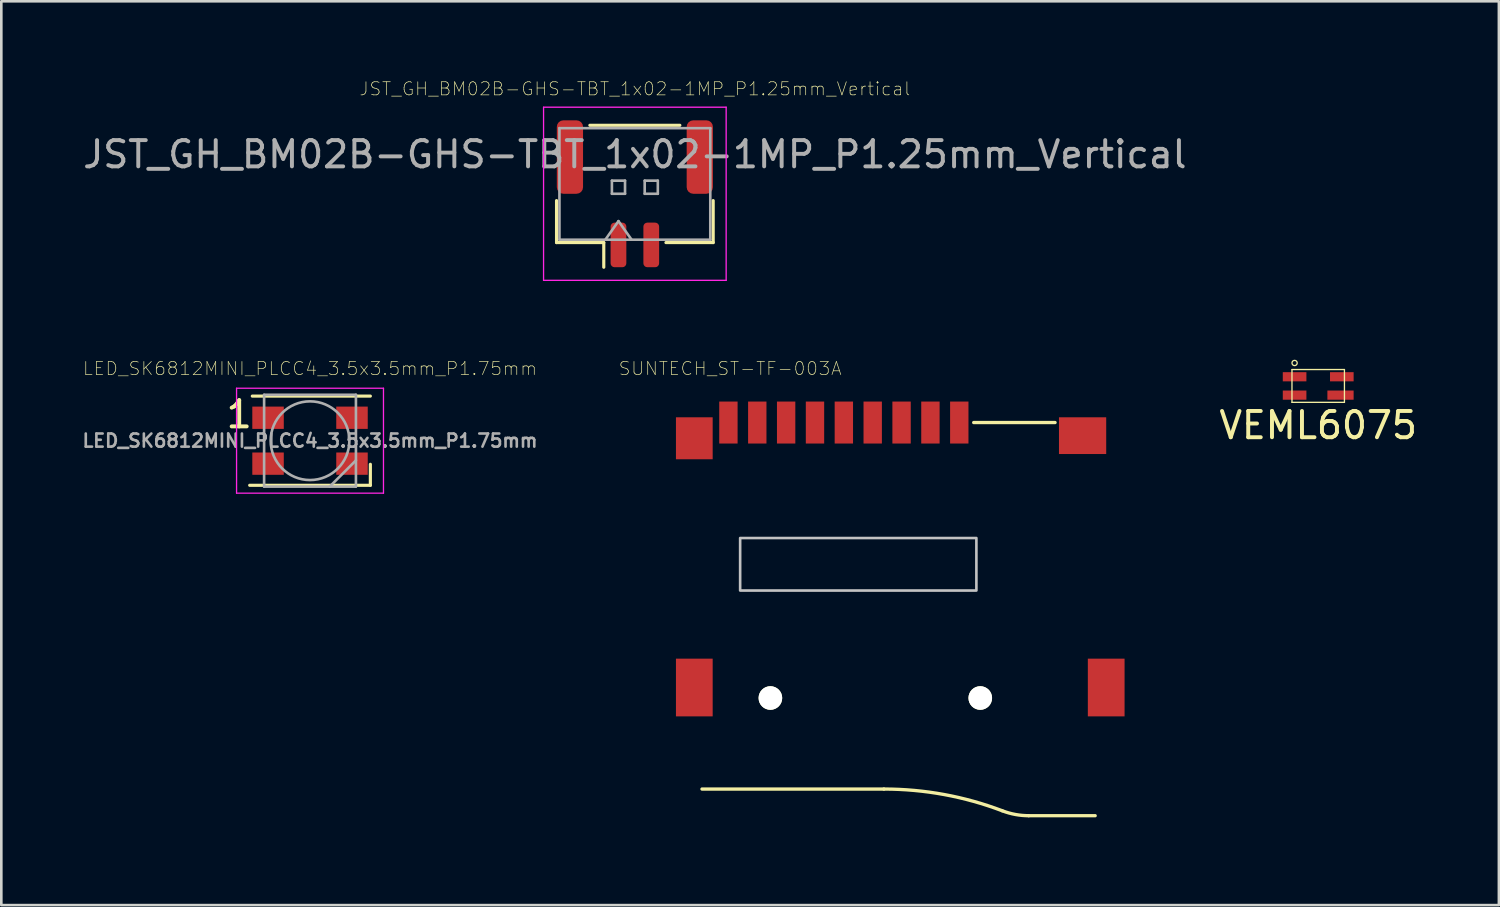
<source format=kicad_pcb>
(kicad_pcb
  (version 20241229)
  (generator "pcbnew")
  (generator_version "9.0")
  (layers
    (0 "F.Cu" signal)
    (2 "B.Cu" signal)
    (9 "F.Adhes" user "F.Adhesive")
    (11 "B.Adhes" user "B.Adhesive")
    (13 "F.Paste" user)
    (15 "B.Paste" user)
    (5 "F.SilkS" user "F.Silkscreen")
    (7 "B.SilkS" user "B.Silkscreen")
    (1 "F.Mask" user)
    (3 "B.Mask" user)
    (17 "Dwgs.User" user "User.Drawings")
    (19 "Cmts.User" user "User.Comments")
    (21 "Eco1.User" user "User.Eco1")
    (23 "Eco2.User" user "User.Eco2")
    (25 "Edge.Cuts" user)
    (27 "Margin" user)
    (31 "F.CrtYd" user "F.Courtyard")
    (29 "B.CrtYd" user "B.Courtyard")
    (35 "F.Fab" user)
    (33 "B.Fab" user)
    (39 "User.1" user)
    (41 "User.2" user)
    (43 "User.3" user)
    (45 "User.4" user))
  (footprint "SUNTECH_ST-TF-003A"
    (layer "F.Cu")
    (at 29.995 18.386)
    (property "Reference" "SUNTECH_ST-TF-003A" (at -5.213 -7.389 0) (layer "F.SilkS") (effects (font (size 0.5 0.5) (thickness 0.025))))
    (attr smd)
    (fp_line (start 0.647 8.64) (end -6.287 8.64) (stroke (width 0.127) (type solid)) (layer "F.SilkS"))
    (fp_line (start 7.17 -5.33) (end 4.07 -5.33) (stroke (width 0.127) (type solid)) (layer "F.SilkS"))
    (fp_line (start 8.699 9.656) (end 6.168 9.656) (stroke (width 0.127) (type solid)) (layer "F.SilkS"))
    (fp_arc (start 0.6469 8.64) (mid 2.939493 8.848646) (end 5.156757 9.467722) (stroke (width 0.127) (type solid)) (layer "F.SilkS"))
    (fp_arc (start 6.165178 9.655997) (mid 5.658217 9.609374) (end 5.168 9.472) (stroke (width 0.127) (type solid)) (layer "F.SilkS"))
    (fp_poly (pts (xy 4.172 -0.928) (xy 4.172 1.073) (xy -4.833 1.073) (xy -4.833 -0.928)) (stroke (width 0.1) (type solid)) (fill no) (layer "Dwgs.User"))
    (fp_line (start -7.75 -6.5) (end 10.25 -6.5) (stroke (width 0.127) (type solid)) (layer "Eco1.User"))
    (fp_line (start -7.75 10) (end -7.75 -6.5) (stroke (width 0.127) (type solid)) (layer "Eco1.User"))
    (fp_line (start 10.25 -6.5) (end 10.25 10) (stroke (width 0.127) (type solid)) (layer "Eco1.User"))
    (fp_line (start 10.25 10) (end -7.75 10) (stroke (width 0.127) (type solid)) (layer "Eco1.User"))
    (fp_line (start -6.287 -5.33) (end 7.302 -5.33) (stroke (width 0.127) (type solid)) (layer "Eco2.User"))
    (fp_line (start -6.287 8.64) (end -6.287 -5.33) (stroke (width 0.127) (type solid)) (layer "Eco2.User"))
    (fp_line (start 7.302 -5.33) (end 7.302 -4.187) (stroke (width 0.127) (type solid)) (layer "Eco2.User"))
    (fp_line (start 7.302 -4.187) (end 8.699 -4.187) (stroke (width 0.127) (type solid)) (layer "Eco2.User"))
    (fp_line (start 8.699 -4.187) (end 8.699 9.656) (stroke (width 0.127) (type solid)) (layer "Eco2.User"))
    (pad "" np_thru_hole circle (at -3.68 5.17) (size 0.9 0.9) (drill 0.9) (layers "*.Cu" "*.Mask" "F.SilkS"))
    (pad "" np_thru_hole circle (at 4.32 5.17) (size 0.9 0.9) (drill 0.9) (layers "*.Cu" "*.Mask" "F.SilkS"))
    (pad "1" smd rect (at 3.52 -5.33 270) (size 1.6 0.7) (layers "F.Cu" "F.Mask" "F.Paste"))
    (pad "2" smd rect (at 2.42 -5.33 270) (size 1.6 0.7) (layers "F.Cu" "F.Mask" "F.Paste"))
    (pad "3" smd rect (at 1.32 -5.33 270) (size 1.6 0.7) (layers "F.Cu" "F.Mask" "F.Paste"))
    (pad "4" smd rect (at 0.22 -5.33 270) (size 1.6 0.7) (layers "F.Cu" "F.Mask" "F.Paste"))
    (pad "5" smd rect (at -0.88 -5.33 270) (size 1.6 0.7) (layers "F.Cu" "F.Mask" "F.Paste"))
    (pad "6" smd rect (at -1.98 -5.33 270) (size 1.6 0.7) (layers "F.Cu" "F.Mask" "F.Paste"))
    (pad "7" smd rect (at -3.08 -5.33 270) (size 1.6 0.7) (layers "F.Cu" "F.Mask" "F.Paste"))
    (pad "8" smd rect (at -4.18 -5.33 270) (size 1.6 0.7) (layers "F.Cu" "F.Mask" "F.Paste"))
    (pad "9" smd rect (at -5.28 -5.33 270) (size 1.6 0.7) (layers "F.Cu" "F.Mask" "F.Paste"))
    (pad "G1" smd rect (at -6.58 -4.73 270) (size 1.6 1.4) (layers "F.Cu" "F.Mask" "F.Paste"))
    (pad "G2" smd rect (at -6.58 4.77 270) (size 2.2 1.4) (layers "F.Cu" "F.Mask" "F.Paste"))
    (pad "G3" smd rect (at 9.12 4.77 270) (size 2.2 1.4) (layers "F.Cu" "F.Mask" "F.Paste"))
    (pad "G4" smd rect (at 8.22 -4.83 270) (size 1.4 1.8) (layers "F.Cu" "F.Mask" "F.Paste")))
  (footprint "LED_SK6812MINI_PLCC4_3.5x3.5mm_P1.75mm"
    (layer "F.Cu")
    (at 8.767 13.748)
    (property "Reference" "LED_SK6812MINI_PLCC4_3.5x3.5mm_P1.75mm" (at 0 -2.75 0) (layer "F.SilkS") (effects (font (size 0.5 0.5) (thickness 0.025))))
    (attr smd)
    (fp_line (start -2.3 1.7) (end 2.3 1.7) (stroke (width 0.12) (type solid)) (layer "F.SilkS"))
    (fp_line (start -2.2 -1.7) (end 2.3 -1.7) (stroke (width 0.12) (type solid)) (layer "F.SilkS"))
    (fp_line (start 2.3 1.7) (end 2.3 0.9) (stroke (width 0.12) (type solid)) (layer "F.SilkS"))
    (fp_line (start -2.8 -2) (end -2.8 2) (stroke (width 0.05) (type solid)) (layer "F.CrtYd"))
    (fp_line (start -2.8 2) (end 2.8 2) (stroke (width 0.05) (type solid)) (layer "F.CrtYd"))
    (fp_line (start 2.8 -2) (end -2.8 -2) (stroke (width 0.05) (type solid)) (layer "F.CrtYd"))
    (fp_line (start 2.8 2) (end 2.8 -2) (stroke (width 0.05) (type solid)) (layer "F.CrtYd"))
    (fp_line (start -1.75 -1.75) (end -1.75 1.75) (stroke (width 0.1) (type solid)) (layer "F.Fab"))
    (fp_line (start -1.75 1.75) (end 1.75 1.75) (stroke (width 0.1) (type solid)) (layer "F.Fab"))
    (fp_line (start 1.75 -1.75) (end -1.75 -1.75) (stroke (width 0.1) (type solid)) (layer "F.Fab"))
    (fp_line (start 1.75 0.75) (end 0.75 1.75) (stroke (width 0.1) (type solid)) (layer "F.Fab"))
    (fp_line (start 1.75 1.75) (end 1.75 -1.75) (stroke (width 0.1) (type solid)) (layer "F.Fab"))
    (fp_circle (center 0 0) (end 0 -1.5) (stroke (width 0.1) (type solid)) (fill no) (layer "F.Fab"))
    (fp_text user "1" (at -2.7 -1 0) (layer "F.SilkS") (effects (font (size 1 1) (thickness 0.15))))
    (fp_text user "${REFERENCE}" (at 0 0 0) (layer "F.Fab") (effects (font (size 0.5 0.5) (thickness 0.1))))
    (pad "1" smd rect (at -1.6 -0.875) (size 1.2 0.85) (layers "F.Cu" "F.Mask" "F.Paste"))
    (pad "2" smd rect (at -1.6 0.875) (size 1.2 0.85) (layers "F.Cu" "F.Mask" "F.Paste"))
    (pad "3" smd rect (at 1.6 0.875) (size 1.2 0.85) (layers "F.Cu" "F.Mask" "F.Paste"))
    (pad "4" smd rect (at 1.6 -0.875) (size 1.2 0.85) (layers "F.Cu" "F.Mask" "F.Paste")))
  (footprint "VEML6075"
    (layer "F.Cu")
    (at 47.196 11.661)
    (property "Reference" "VEML6075" (at 0 1.5 0) (layer "F.SilkS") (effects (font (size 1 1) (thickness 0.15))))
    (attr through_hole)
    (fp_line (start -1 -0.625) (end 1 -0.625) (stroke (width 0.05) (type solid)) (layer "F.SilkS"))
    (fp_line (start -1 0.625) (end -1 -0.625) (stroke (width 0.05) (type solid)) (layer "F.SilkS"))
    (fp_line (start 1 -0.625) (end 1 0.625) (stroke (width 0.05) (type solid)) (layer "F.SilkS"))
    (fp_line (start 1 0.625) (end -1 0.625) (stroke (width 0.05) (type solid)) (layer "F.SilkS"))
    (fp_circle (center -0.9 -0.875) (end -0.8 -0.875) (stroke (width 0.05) (type solid)) (fill no) (layer "F.SilkS"))
    (pad "1" smd rect (at -0.9 -0.35) (size 0.9 0.35) (layers "F.Cu" "F.Mask" "F.Paste"))
    (pad "2" smd rect (at -0.9 0.35) (size 0.9 0.35) (layers "F.Cu" "F.Mask" "F.Paste"))
    (pad "3" smd rect (at 0.85 0.35) (size 1 0.35) (layers "F.Cu" "F.Mask" "F.Paste"))
    (pad "4" smd rect (at 0.9 -0.35) (size 0.9 0.35) (layers "F.Cu" "F.Mask" "F.Paste")))
  (footprint "JST_GH_BM02B-GHS-TBT_1x02-1MP_P1.25mm_Vertical"
    (layer "F.Cu")
    (at 21.149 4.336)
    (property "Reference" "JST_GH_BM02B-GHS-TBT_1x02-1MP_P1.25mm_Vertical" (at 0 -4 0) (layer "F.SilkS") (effects (font (size 0.5 0.5) (thickness 0.025))))
    (attr smd)
    (fp_line (start -2.985 0.26) (end -2.985 1.86) (stroke (width 0.12) (type solid)) (layer "F.SilkS"))
    (fp_line (start -2.985 1.86) (end -1.185 1.86) (stroke (width 0.12) (type solid)) (layer "F.SilkS"))
    (fp_line (start -1.715 -2.61) (end 1.715 -2.61) (stroke (width 0.12) (type solid)) (layer "F.SilkS"))
    (fp_line (start -1.185 1.86) (end -1.185 2.8) (stroke (width 0.12) (type solid)) (layer "F.SilkS"))
    (fp_line (start 2.985 0.26) (end 2.985 1.86) (stroke (width 0.12) (type solid)) (layer "F.SilkS"))
    (fp_line (start 2.985 1.86) (end 1.185 1.86) (stroke (width 0.12) (type solid)) (layer "F.SilkS"))
    (fp_line (start -3.48 -3.3) (end -3.48 3.3) (stroke (width 0.05) (type solid)) (layer "F.CrtYd"))
    (fp_line (start -3.48 3.3) (end 3.48 3.3) (stroke (width 0.05) (type solid)) (layer "F.CrtYd"))
    (fp_line (start 3.48 -3.3) (end -3.48 -3.3) (stroke (width 0.05) (type solid)) (layer "F.CrtYd"))
    (fp_line (start 3.48 3.3) (end 3.48 -3.3) (stroke (width 0.05) (type solid)) (layer "F.CrtYd"))
    (fp_line (start -2.875 -2.5) (end 2.875 -2.5) (stroke (width 0.1) (type solid)) (layer "F.Fab"))
    (fp_line (start -2.875 1.75) (end -2.875 -2.5) (stroke (width 0.1) (type solid)) (layer "F.Fab"))
    (fp_line (start -2.875 1.75) (end 2.875 1.75) (stroke (width 0.1) (type solid)) (layer "F.Fab"))
    (fp_line (start -1.125 1.75) (end -0.625 1.043) (stroke (width 0.1) (type solid)) (layer "F.Fab"))
    (fp_line (start -0.875 -0.5) (end -0.875 0) (stroke (width 0.1) (type solid)) (layer "F.Fab"))
    (fp_line (start -0.875 0) (end -0.375 0) (stroke (width 0.1) (type solid)) (layer "F.Fab"))
    (fp_line (start -0.625 1.043) (end -0.125 1.75) (stroke (width 0.1) (type solid)) (layer "F.Fab"))
    (fp_line (start -0.375 -0.5) (end -0.875 -0.5) (stroke (width 0.1) (type solid)) (layer "F.Fab"))
    (fp_line (start -0.375 0) (end -0.375 -0.5) (stroke (width 0.1) (type solid)) (layer "F.Fab"))
    (fp_line (start 0.375 -0.5) (end 0.375 0) (stroke (width 0.1) (type solid)) (layer "F.Fab"))
    (fp_line (start 0.375 0) (end 0.875 0) (stroke (width 0.1) (type solid)) (layer "F.Fab"))
    (fp_line (start 0.875 -0.5) (end 0.375 -0.5) (stroke (width 0.1) (type solid)) (layer "F.Fab"))
    (fp_line (start 0.875 0) (end 0.875 -0.5) (stroke (width 0.1) (type solid)) (layer "F.Fab"))
    (fp_line (start 2.875 1.75) (end 2.875 -2.5) (stroke (width 0.1) (type solid)) (layer "F.Fab"))
    (fp_text user "${REFERENCE}" (at 0 -1.5 0) (layer "F.Fab") (effects (font (size 1 1) (thickness 0.15))))
    (pad "1" smd roundrect (at -0.625 1.95) (size 0.6 1.7) (layers "F.Cu" "F.Mask" "F.Paste") (roundrect_rratio 0.25))
    (pad "2" smd roundrect (at 0.625 1.95) (size 0.6 1.7) (layers "F.Cu" "F.Mask" "F.Paste") (roundrect_rratio 0.25))
    (pad "MP" smd roundrect (at -2.475 -1.4) (size 1 2.8) (layers "F.Cu" "F.Mask" "F.Paste") (roundrect_rratio 0.25))
    (pad "MP" smd roundrect (at 2.475 -1.4) (size 1 2.8) (layers "F.Cu" "F.Mask" "F.Paste") (roundrect_rratio 0.25)))
  (gr_rect
    (start -3 -3)
    (end 54.083 31.45)
    (stroke (width 0.1) (type default))
    (fill no)
    (layer "Edge.Cuts")))
</source>
